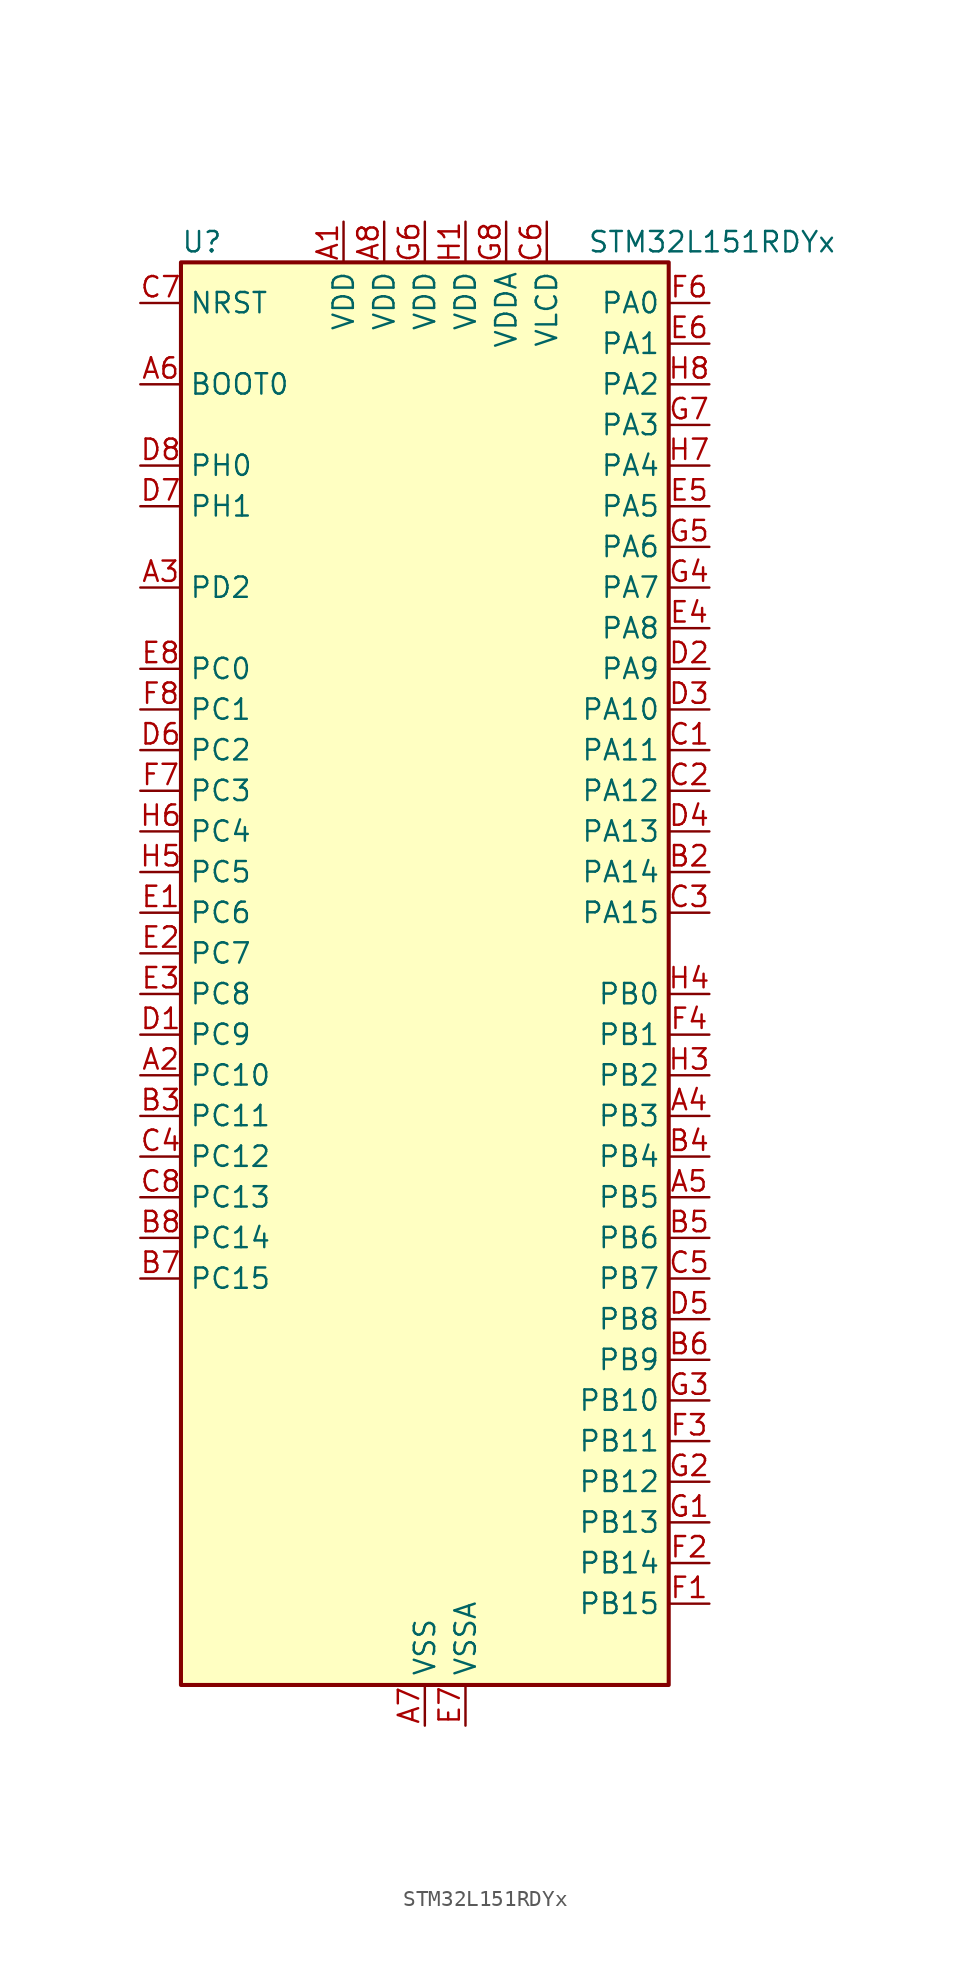
<source format=kicad_sym>
(kicad_symbol_lib
  (version 20231120)
  (generator "kicad_symbol_editor")
  (generator_version "8.0")
  (symbol "STM32L151RDYx"
    (property "Reference" "U"
      (at -15.24 46.99 0)
      (effects (font (size 1.27 1.27)) (justify left)))
    (property "Value" "STM32L151RDYx"
      (at 10.16 46.99 0)
      (effects (font (size 1.27 1.27)) (justify left)))
    (property "ki_locked" ""
      (at 0 0 0)
      (effects (font (size 1.27 1.27))))
    (symbol "STM32L151RDYx_0_1"
      (rectangle (start -15.24 -43.18) (end 15.24 45.72) (stroke (width 0.254) (type default)) (fill (type background))))
    (symbol "STM32L151RDYx_1_1"
      (pin power_in line (at -5.08 48.26 270) (length 2.54) (name "VDD" (effects (font (size 1.27 1.27)))) (number "A1" (effects (font (size 1.27 1.27)))))
      (pin bidirectional line (at -17.78 -5.08 0) (length 2.54) (name "PC10" (effects (font (size 1.27 1.27)))) (number "A2" (effects (font (size 1.27 1.27)))) (alternate "I2S3_CK" bidirectional line) (alternate "SDIO_D2" bidirectional line) (alternate "SPI3_SCK" bidirectional line) (alternate "TIMX_IC3" bidirectional line) (alternate "UART4_TX" bidirectional line) (alternate "USART3_TX" bidirectional line))
      (pin bidirectional line (at -17.78 25.4 0) (length 2.54) (name "PD2" (effects (font (size 1.27 1.27)))) (number "A3" (effects (font (size 1.27 1.27)))) (alternate "SDIO_CMD" bidirectional line) (alternate "TIM3_ETR" bidirectional line) (alternate "TIMX_IC3" bidirectional line) (alternate "UART5_RX" bidirectional line))
      (pin bidirectional line (at 17.78 -7.62 180) (length 2.54) (name "PB3" (effects (font (size 1.27 1.27)))) (number "A4" (effects (font (size 1.27 1.27)))) (alternate "COMP2_INM" bidirectional line) (alternate "I2S3_CK" bidirectional line) (alternate "SPI1_SCK" bidirectional line) (alternate "SPI3_SCK" bidirectional line) (alternate "SYS_JTDO-TRACESWO" bidirectional line) (alternate "TIM2_CH2" bidirectional line))
      (pin bidirectional line (at 17.78 -12.7 180) (length 2.54) (name "PB5" (effects (font (size 1.27 1.27)))) (number "A5" (effects (font (size 1.27 1.27)))) (alternate "COMP2_INP" bidirectional line) (alternate "I2C1_SMBA" bidirectional line) (alternate "I2S3_SD" bidirectional line) (alternate "SPI1_MOSI" bidirectional line) (alternate "SPI3_MOSI" bidirectional line) (alternate "TIM3_CH2" bidirectional line) (alternate "TS_G6_IO2" bidirectional line))
      (pin input line (at -17.78 38.1 0) (length 2.54) (name "BOOT0" (effects (font (size 1.27 1.27)))) (number "A6" (effects (font (size 1.27 1.27)))))
      (pin power_in line (at 0 -45.72 90) (length 2.54) (name "VSS" (effects (font (size 1.27 1.27)))) (number "A7" (effects (font (size 1.27 1.27)))))
      (pin power_in line (at -2.54 48.26 270) (length 2.54) (name "VDD" (effects (font (size 1.27 1.27)))) (number "A8" (effects (font (size 1.27 1.27)))))
      (pin passive line (at 0 -45.72 90) (length 2.54) hide (name "VSS" (effects (font (size 1.27 1.27)))) (number "B1" (effects (font (size 1.27 1.27)))))
      (pin bidirectional line (at 17.78 7.62 180) (length 2.54) (name "PA14" (effects (font (size 1.27 1.27)))) (number "B2" (effects (font (size 1.27 1.27)))) (alternate "SYS_JTCK-SWCLK" bidirectional line) (alternate "TIMX_IC3" bidirectional line) (alternate "TS_G5_IO2" bidirectional line))
      (pin bidirectional line (at -17.78 -7.62 0) (length 2.54) (name "PC11" (effects (font (size 1.27 1.27)))) (number "B3" (effects (font (size 1.27 1.27)))) (alternate "ADC_EXTI11" bidirectional line) (alternate "SDIO_D3" bidirectional line) (alternate "SPI3_MISO" bidirectional line) (alternate "TIMX_IC4" bidirectional line) (alternate "UART4_RX" bidirectional line) (alternate "USART3_RX" bidirectional line))
      (pin bidirectional line (at 17.78 -10.16 180) (length 2.54) (name "PB4" (effects (font (size 1.27 1.27)))) (number "B4" (effects (font (size 1.27 1.27)))) (alternate "COMP2_INP" bidirectional line) (alternate "SPI1_MISO" bidirectional line) (alternate "SPI3_MISO" bidirectional line) (alternate "SYS_JTRST" bidirectional line) (alternate "TIM3_CH1" bidirectional line) (alternate "TS_G6_IO1" bidirectional line))
      (pin bidirectional line (at 17.78 -15.24 180) (length 2.54) (name "PB6" (effects (font (size 1.27 1.27)))) (number "B5" (effects (font (size 1.27 1.27)))) (alternate "COMP2_INP" bidirectional line) (alternate "I2C1_SCL" bidirectional line) (alternate "TIM4_CH1" bidirectional line) (alternate "TS_G6_IO3" bidirectional line) (alternate "USART1_TX" bidirectional line))
      (pin bidirectional line (at 17.78 -22.86 180) (length 2.54) (name "PB9" (effects (font (size 1.27 1.27)))) (number "B6" (effects (font (size 1.27 1.27)))) (alternate "DAC_EXTI9" bidirectional line) (alternate "I2C1_SDA" bidirectional line) (alternate "SDIO_D5" bidirectional line) (alternate "TIM11_CH1" bidirectional line) (alternate "TIM4_CH4" bidirectional line))
      (pin bidirectional line (at -17.78 -17.78 0) (length 2.54) (name "PC15" (effects (font (size 1.27 1.27)))) (number "B7" (effects (font (size 1.27 1.27)))) (alternate "ADC_EXTI15" bidirectional line) (alternate "RCC_OSC32_OUT" bidirectional line) (alternate "TIMX_IC4" bidirectional line))
      (pin bidirectional line (at -17.78 -15.24 0) (length 2.54) (name "PC14" (effects (font (size 1.27 1.27)))) (number "B8" (effects (font (size 1.27 1.27)))) (alternate "RCC_OSC32_IN" bidirectional line) (alternate "TIMX_IC3" bidirectional line))
      (pin bidirectional line (at 17.78 15.24 180) (length 2.54) (name "PA11" (effects (font (size 1.27 1.27)))) (number "C1" (effects (font (size 1.27 1.27)))) (alternate "ADC_EXTI11" bidirectional line) (alternate "SPI1_MISO" bidirectional line) (alternate "TIMX_IC4" bidirectional line) (alternate "USART1_CTS" bidirectional line) (alternate "USB_DM" bidirectional line))
      (pin bidirectional line (at 17.78 12.7 180) (length 2.54) (name "PA12" (effects (font (size 1.27 1.27)))) (number "C2" (effects (font (size 1.27 1.27)))) (alternate "SPI1_MOSI" bidirectional line) (alternate "TIMX_IC1" bidirectional line) (alternate "USART1_RTS" bidirectional line) (alternate "USB_DP" bidirectional line))
      (pin bidirectional line (at 17.78 5.08 180) (length 2.54) (name "PA15" (effects (font (size 1.27 1.27)))) (number "C3" (effects (font (size 1.27 1.27)))) (alternate "ADC_EXTI15" bidirectional line) (alternate "I2S3_WS" bidirectional line) (alternate "SPI1_NSS" bidirectional line) (alternate "SPI3_NSS" bidirectional line) (alternate "SYS_JTDI" bidirectional line) (alternate "TIM2_CH1" bidirectional line) (alternate "TIM2_ETR" bidirectional line) (alternate "TIMX_IC4" bidirectional line) (alternate "TS_G5_IO3" bidirectional line))
      (pin bidirectional line (at -17.78 -10.16 0) (length 2.54) (name "PC12" (effects (font (size 1.27 1.27)))) (number "C4" (effects (font (size 1.27 1.27)))) (alternate "I2S3_SD" bidirectional line) (alternate "SDIO_CK" bidirectional line) (alternate "SPI3_MOSI" bidirectional line) (alternate "TIMX_IC1" bidirectional line) (alternate "UART5_TX" bidirectional line) (alternate "USART3_CK" bidirectional line))
      (pin bidirectional line (at 17.78 -17.78 180) (length 2.54) (name "PB7" (effects (font (size 1.27 1.27)))) (number "C5" (effects (font (size 1.27 1.27)))) (alternate "COMP2_INP" bidirectional line) (alternate "I2C1_SDA" bidirectional line) (alternate "SYS_PVD_IN" bidirectional line) (alternate "TIM4_CH2" bidirectional line) (alternate "TS_G6_IO4" bidirectional line) (alternate "USART1_RX" bidirectional line))
      (pin power_in line (at 7.62 48.26 270) (length 2.54) (name "VLCD" (effects (font (size 1.27 1.27)))) (number "C6" (effects (font (size 1.27 1.27)))))
      (pin input line (at -17.78 43.18 0) (length 2.54) (name "NRST" (effects (font (size 1.27 1.27)))) (number "C7" (effects (font (size 1.27 1.27)))))
      (pin bidirectional line (at -17.78 -12.7 0) (length 2.54) (name "PC13" (effects (font (size 1.27 1.27)))) (number "C8" (effects (font (size 1.27 1.27)))) (alternate "RTC_OUT_ALARM" bidirectional line) (alternate "RTC_OUT_CALIB" bidirectional line) (alternate "RTC_TAMP1" bidirectional line) (alternate "RTC_TS" bidirectional line) (alternate "SYS_WKUP2" bidirectional line) (alternate "TIMX_IC2" bidirectional line))
      (pin bidirectional line (at -17.78 -2.54 0) (length 2.54) (name "PC9" (effects (font (size 1.27 1.27)))) (number "D1" (effects (font (size 1.27 1.27)))) (alternate "DAC_EXTI9" bidirectional line) (alternate "SDIO_D1" bidirectional line) (alternate "TIM3_CH4" bidirectional line) (alternate "TIMX_IC2" bidirectional line) (alternate "TS_G10_IO4" bidirectional line))
      (pin bidirectional line (at 17.78 20.32 180) (length 2.54) (name "PA9" (effects (font (size 1.27 1.27)))) (number "D2" (effects (font (size 1.27 1.27)))) (alternate "DAC_EXTI9" bidirectional line) (alternate "TIMX_IC2" bidirectional line) (alternate "TS_G4_IO2" bidirectional line) (alternate "USART1_TX" bidirectional line))
      (pin bidirectional line (at 17.78 17.78 180) (length 2.54) (name "PA10" (effects (font (size 1.27 1.27)))) (number "D3" (effects (font (size 1.27 1.27)))) (alternate "TIMX_IC3" bidirectional line) (alternate "TS_G4_IO3" bidirectional line) (alternate "USART1_RX" bidirectional line))
      (pin bidirectional line (at 17.78 10.16 180) (length 2.54) (name "PA13" (effects (font (size 1.27 1.27)))) (number "D4" (effects (font (size 1.27 1.27)))) (alternate "SYS_JTMS-SWDIO" bidirectional line) (alternate "TIMX_IC2" bidirectional line) (alternate "TS_G5_IO1" bidirectional line))
      (pin bidirectional line (at 17.78 -20.32 180) (length 2.54) (name "PB8" (effects (font (size 1.27 1.27)))) (number "D5" (effects (font (size 1.27 1.27)))) (alternate "I2C1_SCL" bidirectional line) (alternate "SDIO_D4" bidirectional line) (alternate "TIM10_CH1" bidirectional line) (alternate "TIM4_CH3" bidirectional line))
      (pin bidirectional line (at -17.78 15.24 0) (length 2.54) (name "PC2" (effects (font (size 1.27 1.27)))) (number "D6" (effects (font (size 1.27 1.27)))) (alternate "ADC_IN12" bidirectional line) (alternate "COMP1_INP" bidirectional line) (alternate "OPAMP3_VINM" bidirectional line) (alternate "TIMX_IC3" bidirectional line) (alternate "TS_G8_IO3" bidirectional line))
      (pin bidirectional line (at -17.78 30.48 0) (length 2.54) (name "PH1" (effects (font (size 1.27 1.27)))) (number "D7" (effects (font (size 1.27 1.27)))) (alternate "RCC_OSC_OUT" bidirectional line))
      (pin bidirectional line (at -17.78 33.02 0) (length 2.54) (name "PH0" (effects (font (size 1.27 1.27)))) (number "D8" (effects (font (size 1.27 1.27)))) (alternate "RCC_OSC_IN" bidirectional line))
      (pin bidirectional line (at -17.78 5.08 0) (length 2.54) (name "PC6" (effects (font (size 1.27 1.27)))) (number "E1" (effects (font (size 1.27 1.27)))) (alternate "I2S2_MCK" bidirectional line) (alternate "SDIO_D6" bidirectional line) (alternate "TIM3_CH1" bidirectional line) (alternate "TIMX_IC3" bidirectional line) (alternate "TS_G10_IO1" bidirectional line))
      (pin bidirectional line (at -17.78 2.54 0) (length 2.54) (name "PC7" (effects (font (size 1.27 1.27)))) (number "E2" (effects (font (size 1.27 1.27)))) (alternate "I2S3_MCK" bidirectional line) (alternate "SDIO_D7" bidirectional line) (alternate "TIM3_CH2" bidirectional line) (alternate "TIMX_IC4" bidirectional line) (alternate "TS_G10_IO2" bidirectional line))
      (pin bidirectional line (at -17.78 0 0) (length 2.54) (name "PC8" (effects (font (size 1.27 1.27)))) (number "E3" (effects (font (size 1.27 1.27)))) (alternate "SDIO_D0" bidirectional line) (alternate "TIM3_CH3" bidirectional line) (alternate "TIMX_IC1" bidirectional line) (alternate "TS_G10_IO3" bidirectional line))
      (pin bidirectional line (at 17.78 22.86 180) (length 2.54) (name "PA8" (effects (font (size 1.27 1.27)))) (number "E4" (effects (font (size 1.27 1.27)))) (alternate "RCC_MCO" bidirectional line) (alternate "TIMX_IC1" bidirectional line) (alternate "TS_G4_IO1" bidirectional line) (alternate "USART1_CK" bidirectional line))
      (pin bidirectional line (at 17.78 30.48 180) (length 2.54) (name "PA5" (effects (font (size 1.27 1.27)))) (number "E5" (effects (font (size 1.27 1.27)))) (alternate "ADC_IN5" bidirectional line) (alternate "COMP1_INP" bidirectional line) (alternate "DAC_OUT2" bidirectional line) (alternate "SPI1_SCK" bidirectional line) (alternate "TIM2_CH1" bidirectional line) (alternate "TIM2_ETR" bidirectional line) (alternate "TIMX_IC2" bidirectional line))
      (pin bidirectional line (at 17.78 40.64 180) (length 2.54) (name "PA1" (effects (font (size 1.27 1.27)))) (number "E6" (effects (font (size 1.27 1.27)))) (alternate "ADC_IN1" bidirectional line) (alternate "COMP1_INP" bidirectional line) (alternate "OPAMP1_VINP" bidirectional line) (alternate "TIM2_CH2" bidirectional line) (alternate "TIM5_CH2" bidirectional line) (alternate "TIMX_IC2" bidirectional line) (alternate "TS_G1_IO2" bidirectional line) (alternate "USART2_RTS" bidirectional line))
      (pin power_in line (at 2.54 -45.72 90) (length 2.54) (name "VSSA" (effects (font (size 1.27 1.27)))) (number "E7" (effects (font (size 1.27 1.27)))))
      (pin bidirectional line (at -17.78 20.32 0) (length 2.54) (name "PC0" (effects (font (size 1.27 1.27)))) (number "E8" (effects (font (size 1.27 1.27)))) (alternate "ADC_IN10" bidirectional line) (alternate "COMP1_INP" bidirectional line) (alternate "TIMX_IC1" bidirectional line) (alternate "TS_G8_IO1" bidirectional line))
      (pin bidirectional line (at 17.78 -38.1 180) (length 2.54) (name "PB15" (effects (font (size 1.27 1.27)))) (number "F1" (effects (font (size 1.27 1.27)))) (alternate "ADC_EXTI15" bidirectional line) (alternate "ADC_IN21" bidirectional line) (alternate "COMP1_INP" bidirectional line) (alternate "I2S2_SD" bidirectional line) (alternate "RTC_REFIN" bidirectional line) (alternate "SPI2_MOSI" bidirectional line) (alternate "TIM11_CH1" bidirectional line) (alternate "TS_G7_IO4" bidirectional line))
      (pin bidirectional line (at 17.78 -35.56 180) (length 2.54) (name "PB14" (effects (font (size 1.27 1.27)))) (number "F2" (effects (font (size 1.27 1.27)))) (alternate "ADC_IN20" bidirectional line) (alternate "COMP1_INP" bidirectional line) (alternate "SPI2_MISO" bidirectional line) (alternate "TIM9_CH2" bidirectional line) (alternate "TS_G7_IO3" bidirectional line) (alternate "USART3_RTS" bidirectional line))
      (pin bidirectional line (at 17.78 -27.94 180) (length 2.54) (name "PB11" (effects (font (size 1.27 1.27)))) (number "F3" (effects (font (size 1.27 1.27)))) (alternate "ADC_EXTI11" bidirectional line) (alternate "I2C2_SDA" bidirectional line) (alternate "TIM2_CH4" bidirectional line) (alternate "USART3_RX" bidirectional line))
      (pin bidirectional line (at 17.78 -2.54 180) (length 2.54) (name "PB1" (effects (font (size 1.27 1.27)))) (number "F4" (effects (font (size 1.27 1.27)))) (alternate "ADC_IN9" bidirectional line) (alternate "COMP1_INP" bidirectional line) (alternate "SYS_V_REF_OUT" bidirectional line) (alternate "TIM3_CH4" bidirectional line) (alternate "TS_G3_IO2" bidirectional line))
      (pin passive line (at 0 -45.72 90) (length 2.54) hide (name "VSS" (effects (font (size 1.27 1.27)))) (number "F5" (effects (font (size 1.27 1.27)))))
      (pin bidirectional line (at 17.78 43.18 180) (length 2.54) (name "PA0" (effects (font (size 1.27 1.27)))) (number "F6" (effects (font (size 1.27 1.27)))) (alternate "ADC_IN0" bidirectional line) (alternate "COMP1_INP" bidirectional line) (alternate "RTC_TAMP2" bidirectional line) (alternate "SYS_WKUP1" bidirectional line) (alternate "TIM2_CH1" bidirectional line) (alternate "TIM2_ETR" bidirectional line) (alternate "TIM5_CH1" bidirectional line) (alternate "TIMX_IC1" bidirectional line) (alternate "TS_G1_IO1" bidirectional line) (alternate "USART2_CTS" bidirectional line))
      (pin bidirectional line (at -17.78 12.7 0) (length 2.54) (name "PC3" (effects (font (size 1.27 1.27)))) (number "F7" (effects (font (size 1.27 1.27)))) (alternate "ADC_IN13" bidirectional line) (alternate "COMP1_INP" bidirectional line) (alternate "OPAMP3_VOUT" bidirectional line) (alternate "TIMX_IC4" bidirectional line) (alternate "TS_G8_IO4" bidirectional line))
      (pin bidirectional line (at -17.78 17.78 0) (length 2.54) (name "PC1" (effects (font (size 1.27 1.27)))) (number "F8" (effects (font (size 1.27 1.27)))) (alternate "ADC_IN11" bidirectional line) (alternate "COMP1_INP" bidirectional line) (alternate "OPAMP3_VINP" bidirectional line) (alternate "TIMX_IC2" bidirectional line) (alternate "TS_G8_IO2" bidirectional line))
      (pin bidirectional line (at 17.78 -33.02 180) (length 2.54) (name "PB13" (effects (font (size 1.27 1.27)))) (number "G1" (effects (font (size 1.27 1.27)))) (alternate "ADC_IN19" bidirectional line) (alternate "COMP1_INP" bidirectional line) (alternate "I2S2_CK" bidirectional line) (alternate "SPI2_SCK" bidirectional line) (alternate "TIM9_CH1" bidirectional line) (alternate "TS_G7_IO2" bidirectional line) (alternate "USART3_CTS" bidirectional line))
      (pin bidirectional line (at 17.78 -30.48 180) (length 2.54) (name "PB12" (effects (font (size 1.27 1.27)))) (number "G2" (effects (font (size 1.27 1.27)))) (alternate "ADC_IN18" bidirectional line) (alternate "COMP1_INP" bidirectional line) (alternate "I2C2_SMBA" bidirectional line) (alternate "I2S2_WS" bidirectional line) (alternate "SPI2_NSS" bidirectional line) (alternate "TIM10_CH1" bidirectional line) (alternate "TS_G7_IO1" bidirectional line) (alternate "USART3_CK" bidirectional line))
      (pin bidirectional line (at 17.78 -25.4 180) (length 2.54) (name "PB10" (effects (font (size 1.27 1.27)))) (number "G3" (effects (font (size 1.27 1.27)))) (alternate "I2C2_SCL" bidirectional line) (alternate "TIM2_CH3" bidirectional line) (alternate "USART3_TX" bidirectional line))
      (pin bidirectional line (at 17.78 25.4 180) (length 2.54) (name "PA7" (effects (font (size 1.27 1.27)))) (number "G4" (effects (font (size 1.27 1.27)))) (alternate "ADC_IN7" bidirectional line) (alternate "COMP1_INP" bidirectional line) (alternate "OPAMP2_VINM" bidirectional line) (alternate "SPI1_MOSI" bidirectional line) (alternate "TIM11_CH1" bidirectional line) (alternate "TIM3_CH2" bidirectional line) (alternate "TIMX_IC4" bidirectional line) (alternate "TS_G2_IO2" bidirectional line))
      (pin bidirectional line (at 17.78 27.94 180) (length 2.54) (name "PA6" (effects (font (size 1.27 1.27)))) (number "G5" (effects (font (size 1.27 1.27)))) (alternate "ADC_IN6" bidirectional line) (alternate "COMP1_INP" bidirectional line) (alternate "OPAMP2_VINP" bidirectional line) (alternate "SPI1_MISO" bidirectional line) (alternate "TIM10_CH1" bidirectional line) (alternate "TIM3_CH1" bidirectional line) (alternate "TIMX_IC3" bidirectional line) (alternate "TS_G2_IO1" bidirectional line))
      (pin power_in line (at 0 48.26 270) (length 2.54) (name "VDD" (effects (font (size 1.27 1.27)))) (number "G6" (effects (font (size 1.27 1.27)))))
      (pin bidirectional line (at 17.78 35.56 180) (length 2.54) (name "PA3" (effects (font (size 1.27 1.27)))) (number "G7" (effects (font (size 1.27 1.27)))) (alternate "ADC_IN3" bidirectional line) (alternate "COMP1_INP" bidirectional line) (alternate "OPAMP1_VOUT" bidirectional line) (alternate "TIM2_CH4" bidirectional line) (alternate "TIM5_CH4" bidirectional line) (alternate "TIM9_CH2" bidirectional line) (alternate "TIMX_IC4" bidirectional line) (alternate "TS_G1_IO4" bidirectional line) (alternate "USART2_RX" bidirectional line))
      (pin power_in line (at 5.08 48.26 270) (length 2.54) (name "VDDA" (effects (font (size 1.27 1.27)))) (number "G8" (effects (font (size 1.27 1.27)))))
      (pin power_in line (at 2.54 48.26 270) (length 2.54) (name "VDD" (effects (font (size 1.27 1.27)))) (number "H1" (effects (font (size 1.27 1.27)))))
      (pin passive line (at 0 -45.72 90) (length 2.54) hide (name "VSS" (effects (font (size 1.27 1.27)))) (number "H2" (effects (font (size 1.27 1.27)))))
      (pin bidirectional line (at 17.78 -5.08 180) (length 2.54) (name "PB2" (effects (font (size 1.27 1.27)))) (number "H3" (effects (font (size 1.27 1.27)))) (alternate "TS_G3_IO3" bidirectional line))
      (pin bidirectional line (at 17.78 0 180) (length 2.54) (name "PB0" (effects (font (size 1.27 1.27)))) (number "H4" (effects (font (size 1.27 1.27)))) (alternate "ADC_IN8" bidirectional line) (alternate "COMP1_INP" bidirectional line) (alternate "OPAMP2_VOUT" bidirectional line) (alternate "SYS_V_REF_OUT" bidirectional line) (alternate "TIM3_CH3" bidirectional line) (alternate "TS_G3_IO1" bidirectional line))
      (pin bidirectional line (at -17.78 7.62 0) (length 2.54) (name "PC5" (effects (font (size 1.27 1.27)))) (number "H5" (effects (font (size 1.27 1.27)))) (alternate "ADC_IN15" bidirectional line) (alternate "COMP1_INP" bidirectional line) (alternate "TIMX_IC2" bidirectional line) (alternate "TS_G9_IO2" bidirectional line))
      (pin bidirectional line (at -17.78 10.16 0) (length 2.54) (name "PC4" (effects (font (size 1.27 1.27)))) (number "H6" (effects (font (size 1.27 1.27)))) (alternate "ADC_IN14" bidirectional line) (alternate "COMP1_INP" bidirectional line) (alternate "TIMX_IC1" bidirectional line) (alternate "TS_G9_IO1" bidirectional line))
      (pin bidirectional line (at 17.78 33.02 180) (length 2.54) (name "PA4" (effects (font (size 1.27 1.27)))) (number "H7" (effects (font (size 1.27 1.27)))) (alternate "ADC_IN4" bidirectional line) (alternate "COMP1_INP" bidirectional line) (alternate "DAC_OUT1" bidirectional line) (alternate "I2S3_WS" bidirectional line) (alternate "SPI1_NSS" bidirectional line) (alternate "SPI3_NSS" bidirectional line) (alternate "TIMX_IC1" bidirectional line) (alternate "USART2_CK" bidirectional line))
      (pin bidirectional line (at 17.78 38.1 180) (length 2.54) (name "PA2" (effects (font (size 1.27 1.27)))) (number "H8" (effects (font (size 1.27 1.27)))) (alternate "ADC_IN2" bidirectional line) (alternate "COMP1_INP" bidirectional line) (alternate "OPAMP1_VINM" bidirectional line) (alternate "TIM2_CH3" bidirectional line) (alternate "TIM5_CH3" bidirectional line) (alternate "TIM9_CH1" bidirectional line) (alternate "TIMX_IC3" bidirectional line) (alternate "TS_G1_IO3" bidirectional line) (alternate "USART2_TX" bidirectional line)))))
</source>
